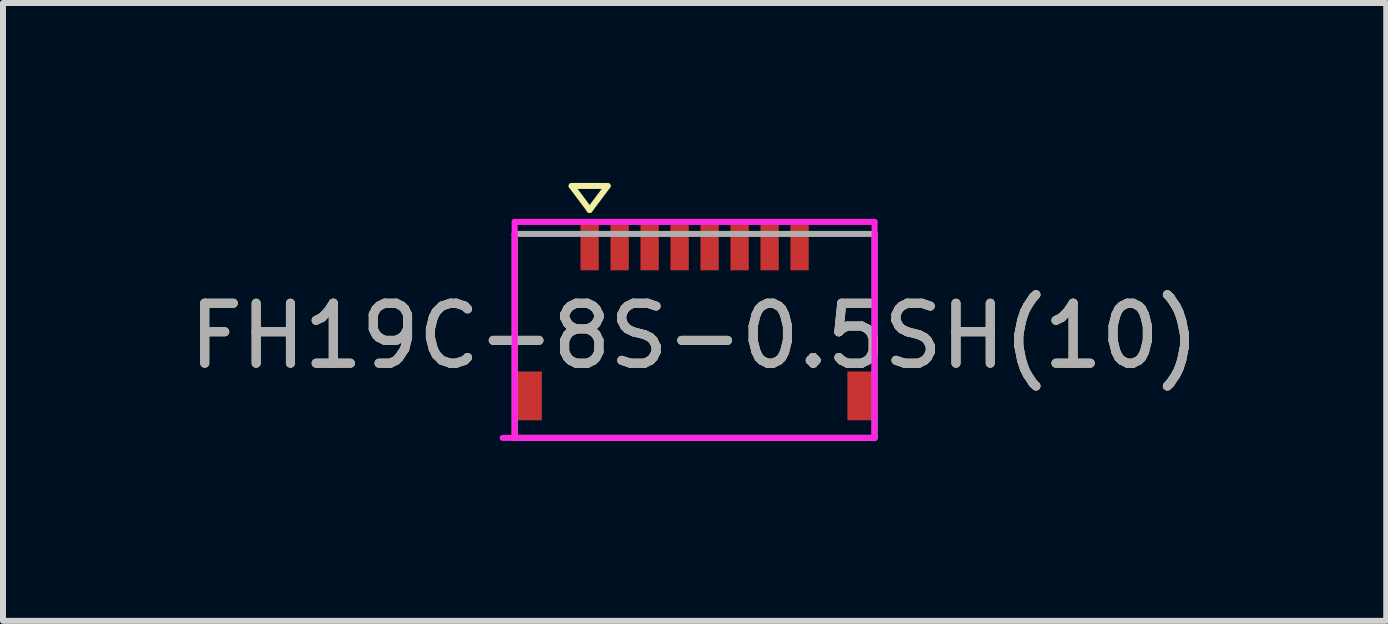
<source format=kicad_pcb>
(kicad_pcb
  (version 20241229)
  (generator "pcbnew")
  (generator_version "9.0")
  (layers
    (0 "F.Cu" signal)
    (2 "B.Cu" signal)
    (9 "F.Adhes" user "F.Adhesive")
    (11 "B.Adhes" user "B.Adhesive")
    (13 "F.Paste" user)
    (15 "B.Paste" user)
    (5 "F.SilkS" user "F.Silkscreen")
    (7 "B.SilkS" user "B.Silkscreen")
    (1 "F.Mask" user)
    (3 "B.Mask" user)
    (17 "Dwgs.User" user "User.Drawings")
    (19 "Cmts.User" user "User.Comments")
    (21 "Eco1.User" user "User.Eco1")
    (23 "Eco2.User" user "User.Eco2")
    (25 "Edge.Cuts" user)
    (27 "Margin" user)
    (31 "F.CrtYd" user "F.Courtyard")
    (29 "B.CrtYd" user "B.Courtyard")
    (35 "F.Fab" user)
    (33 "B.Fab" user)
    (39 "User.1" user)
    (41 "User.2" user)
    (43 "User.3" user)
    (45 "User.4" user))
  (footprint "FH19C-8S-0.5SH(10)"
    (layer "F.Cu")
    (at 8.53 2.55)
    (property "Reference" "FH19C-8S-0.5SH(10)" (at 0 0 0) (unlocked yes) (layer "F.SilkS") (effects (font (size 1 1) (thickness 0.15))))
    (attr smd)
    (fp_line (start -2.05 -2.5) (end -1.45 -2.5) (stroke (width 0.1) (type default)) (layer "F.SilkS"))
    (fp_line (start -1.75 -2.1) (end -2.05 -2.5) (stroke (width 0.1) (type default)) (layer "F.SilkS"))
    (fp_line (start -1.45 -2.5) (end -1.75 -2.1) (stroke (width 0.1) (type default)) (layer "F.SilkS"))
    (fp_line (start -3.2 1.7) (end 3 1.7) (stroke (width 0.1) (type solid)) (layer "F.CrtYd"))
    (fp_line (start -3 -1.9) (end -3 1.7) (stroke (width 0.1) (type solid)) (layer "F.CrtYd"))
    (fp_line (start 3 -1.9) (end -3 -1.9) (stroke (width 0.1) (type solid)) (layer "F.CrtYd"))
    (fp_line (start 3 1.7) (end 3 -1.9) (stroke (width 0.1) (type solid)) (layer "F.CrtYd"))
    (fp_line (start -3 -1.7) (end -3 1.7) (stroke (width 0.1) (type solid)) (layer "F.Fab"))
    (fp_line (start -3 1.7) (end 3 1.7) (stroke (width 0.1) (type solid)) (layer "F.Fab"))
    (fp_line (start 3 -1.7) (end -3 -1.7) (stroke (width 0.1) (type solid)) (layer "F.Fab"))
    (fp_line (start 3 1.7) (end 3 -1.7) (stroke (width 0.1) (type solid)) (layer "F.Fab"))
    (fp_text user "${REFERENCE}" (at 0 0 0) (unlocked yes) (layer "F.Fab") (effects (font (size 1 1) (thickness 0.15))))
    (pad "1" smd rect (at -1.75 -1.5) (size 0.305 0.813) (layers "F.Cu" "F.Mask" "F.Paste"))
    (pad "2" smd rect (at -1.25 -1.5) (size 0.305 0.813) (layers "F.Cu" "F.Mask" "F.Paste"))
    (pad "3" smd rect (at -0.75 -1.5) (size 0.305 0.813) (layers "F.Cu" "F.Mask" "F.Paste"))
    (pad "4" smd rect (at -0.25 -1.5) (size 0.305 0.813) (layers "F.Cu" "F.Mask" "F.Paste"))
    (pad "5" smd rect (at 0.25 -1.5) (size 0.305 0.813) (layers "F.Cu" "F.Mask" "F.Paste"))
    (pad "6" smd rect (at 0.75 -1.5) (size 0.305 0.813) (layers "F.Cu" "F.Mask" "F.Paste"))
    (pad "7" smd rect (at 1.25 -1.5) (size 0.305 0.813) (layers "F.Cu" "F.Mask" "F.Paste"))
    (pad "8" smd rect (at 1.75 -1.5) (size 0.305 0.813) (layers "F.Cu" "F.Mask" "F.Paste"))
    (pad "9" smd rect (at -2.75 1) (size 0.406 0.813) (layers "F.Cu" "F.Mask" "F.Paste"))
    (pad "10" smd rect (at 2.75 1) (size 0.406 0.813) (layers "F.Cu" "F.Mask" "F.Paste")))
  (gr_rect
    (start -3 -3)
    (end 20.06 7.3)
    (stroke (width 0.1) (type default))
    (fill no)
    (layer "Edge.Cuts")))
</source>
